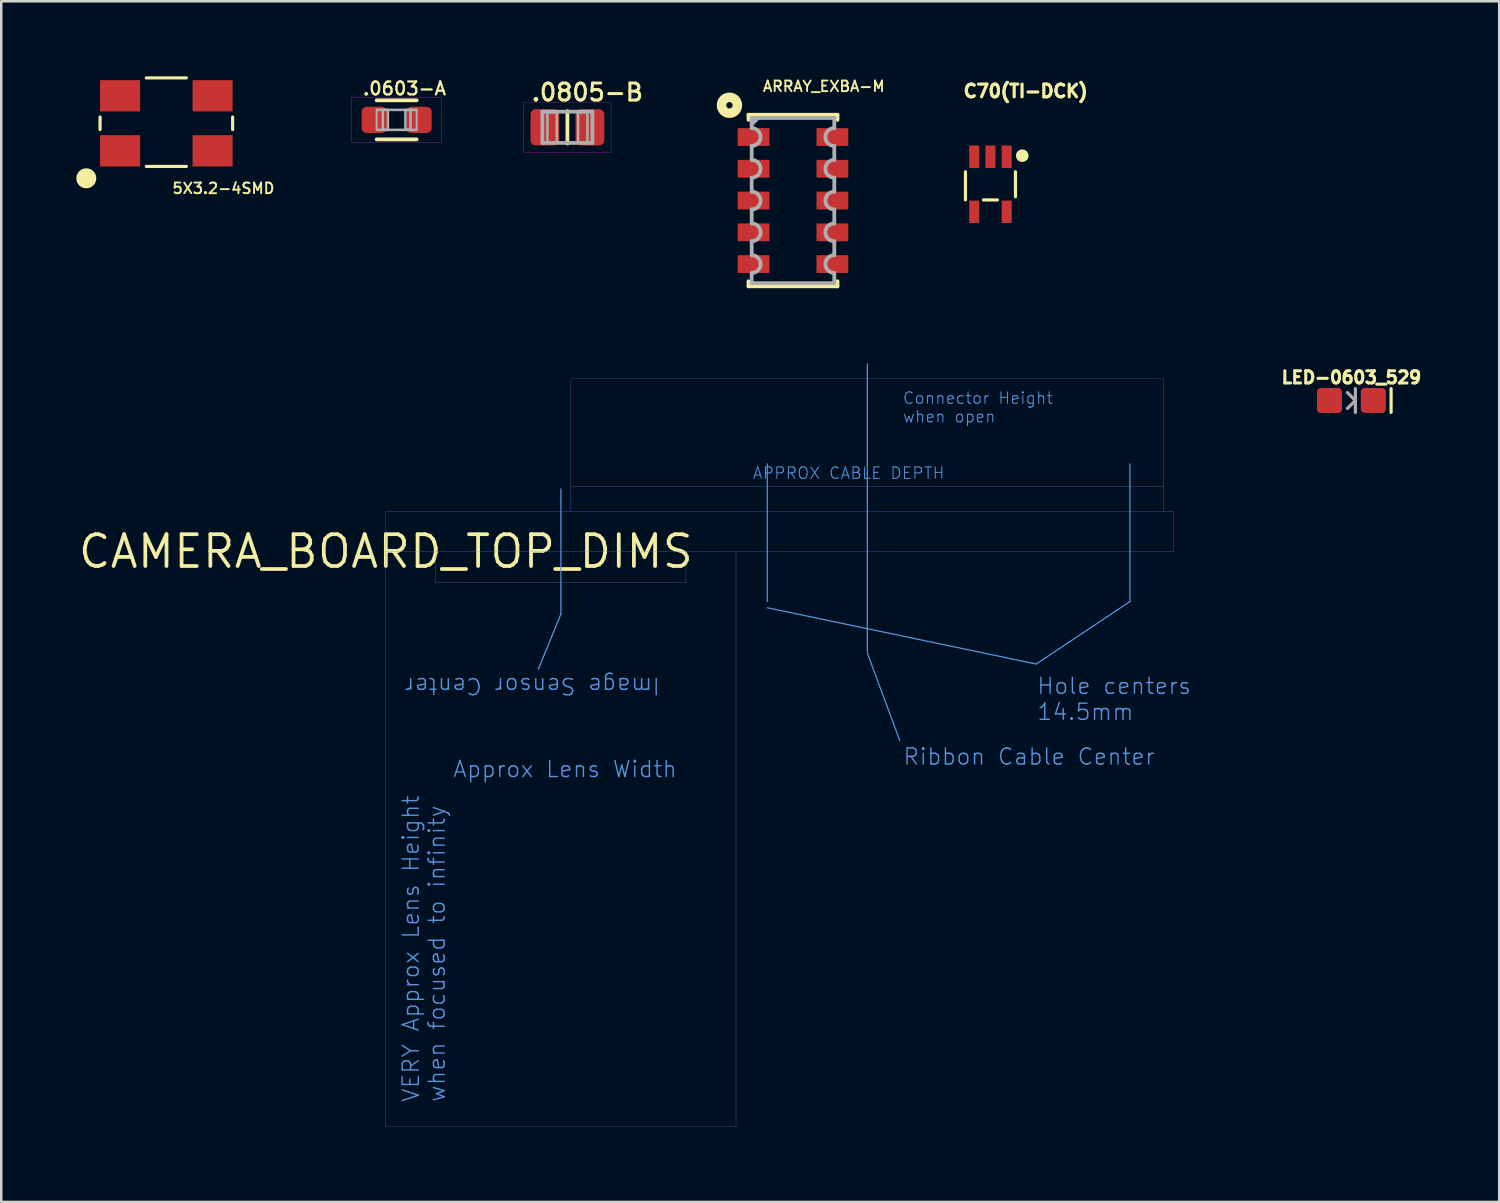
<source format=kicad_pcb>
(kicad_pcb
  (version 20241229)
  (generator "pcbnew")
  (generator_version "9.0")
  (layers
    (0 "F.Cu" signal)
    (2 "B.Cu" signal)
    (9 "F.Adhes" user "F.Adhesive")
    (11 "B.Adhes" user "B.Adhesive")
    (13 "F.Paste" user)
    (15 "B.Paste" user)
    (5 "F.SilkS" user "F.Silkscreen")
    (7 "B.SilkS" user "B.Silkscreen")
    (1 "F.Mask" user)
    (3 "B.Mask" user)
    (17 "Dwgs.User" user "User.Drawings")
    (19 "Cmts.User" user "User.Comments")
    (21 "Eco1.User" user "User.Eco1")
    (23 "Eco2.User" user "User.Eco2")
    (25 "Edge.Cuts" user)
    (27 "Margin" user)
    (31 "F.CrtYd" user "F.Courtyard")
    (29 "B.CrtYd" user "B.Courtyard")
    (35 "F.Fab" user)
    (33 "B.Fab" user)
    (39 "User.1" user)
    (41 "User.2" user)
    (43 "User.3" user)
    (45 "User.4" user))
  (footprint "ARRAY_EXBA-M"
    (layer "F.Cu")
    (at 28.653 4.968)
    (property "Reference" "ARRAY_EXBA-M" (at -1.245 -4.318 0) (unlocked yes) (layer "F.SilkS") (effects (font (size 0.425 0.425) (thickness 0.075)) (justify left bottom)))
    (fp_line (start -1.778 -3.429) (end 1.778 -3.429) (stroke (width 0.152) (type solid)) (layer "F.SilkS"))
    (fp_line (start -1.778 -3.226) (end -1.778 -3.429) (stroke (width 0.152) (type solid)) (layer "F.SilkS"))
    (fp_line (start -1.778 3.226) (end -1.778 3.429) (stroke (width 0.152) (type solid)) (layer "F.SilkS"))
    (fp_line (start -1.778 3.429) (end 1.778 3.429) (stroke (width 0.152) (type solid)) (layer "F.SilkS"))
    (fp_line (start 1.778 -3.226) (end 1.778 -3.429) (stroke (width 0.152) (type solid)) (layer "F.SilkS"))
    (fp_line (start 1.778 3.226) (end 1.778 3.429) (stroke (width 0.152) (type solid)) (layer "F.SilkS"))
    (fp_circle (center -2.54 -3.81) (end -2.413 -3.81) (stroke (width 0.381) (type solid)) (fill no) (layer "F.SilkS"))
    (fp_line (start -1.651 -3.302) (end 1.651 -3.302) (stroke (width 0.152) (type solid)) (layer "F.Fab"))
    (fp_line (start -1.651 -2.896) (end -1.651 -3.302) (stroke (width 0.152) (type solid)) (layer "F.Fab"))
    (fp_line (start -1.651 -2.184) (end -1.651 -1.626) (stroke (width 0.152) (type solid)) (layer "F.Fab"))
    (fp_line (start -1.651 -0.914) (end -1.651 -0.356) (stroke (width 0.152) (type solid)) (layer "F.Fab"))
    (fp_line (start -1.651 0.356) (end -1.651 0.914) (stroke (width 0.152) (type solid)) (layer "F.Fab"))
    (fp_line (start -1.651 1.626) (end -1.651 2.184) (stroke (width 0.152) (type solid)) (layer "F.Fab"))
    (fp_line (start -1.651 2.896) (end -1.651 3.302) (stroke (width 0.152) (type solid)) (layer "F.Fab"))
    (fp_line (start -1.651 3.302) (end 1.651 3.302) (stroke (width 0.152) (type solid)) (layer "F.Fab"))
    (fp_line (start -1.397 -3.302) (end -1.651 -3.048) (stroke (width 0.152) (type solid)) (layer "F.Fab"))
    (fp_line (start 1.651 -2.896) (end 1.651 -3.302) (stroke (width 0.152) (type solid)) (layer "F.Fab"))
    (fp_line (start 1.651 -2.184) (end 1.651 -1.626) (stroke (width 0.152) (type solid)) (layer "F.Fab"))
    (fp_line (start 1.651 -0.914) (end 1.651 -0.356) (stroke (width 0.152) (type solid)) (layer "F.Fab"))
    (fp_line (start 1.651 0.356) (end 1.651 0.914) (stroke (width 0.152) (type solid)) (layer "F.Fab"))
    (fp_line (start 1.651 1.626) (end 1.651 2.184) (stroke (width 0.152) (type solid)) (layer "F.Fab"))
    (fp_line (start 1.651 2.896) (end 1.651 3.302) (stroke (width 0.152) (type solid)) (layer "F.Fab"))
    (fp_arc (start -1.651 -2.8956) (mid -1.2954 -2.54) (end -1.651 -2.1844) (stroke (width 0.1524) (type solid)) (layer "F.Fab"))
    (fp_arc (start -1.651 -1.6256) (mid -1.2954 -1.27) (end -1.651 -0.9144) (stroke (width 0.1524) (type solid)) (layer "F.Fab"))
    (fp_arc (start -1.651 -0.3556) (mid -1.2954 0) (end -1.651 0.3556) (stroke (width 0.1524) (type solid)) (layer "F.Fab"))
    (fp_arc (start -1.651 0.9144) (mid -1.2954 1.27) (end -1.651 1.6256) (stroke (width 0.1524) (type solid)) (layer "F.Fab"))
    (fp_arc (start -1.651 2.1844) (mid -1.2954 2.54) (end -1.651 2.8956) (stroke (width 0.1524) (type solid)) (layer "F.Fab"))
    (fp_arc (start 1.651 -2.1844) (mid 1.2954 -2.54) (end 1.651 -2.8956) (stroke (width 0.1524) (type solid)) (layer "F.Fab"))
    (fp_arc (start 1.651 -0.9144) (mid 1.2954 -1.27) (end 1.651 -1.6256) (stroke (width 0.1524) (type solid)) (layer "F.Fab"))
    (fp_arc (start 1.651 0.3556) (mid 1.2954 0) (end 1.651 -0.3556) (stroke (width 0.1524) (type solid)) (layer "F.Fab"))
    (fp_arc (start 1.651 1.6256) (mid 1.2954 1.27) (end 1.651 0.9144) (stroke (width 0.1524) (type solid)) (layer "F.Fab"))
    (fp_arc (start 1.651 2.8956) (mid 1.2954 2.54) (end 1.651 2.1844) (stroke (width 0.1524) (type solid)) (layer "F.Fab"))
    (pad "1" smd rect (at -1.575 -2.54) (size 1.27 0.711) (layers "F.Cu" "F.Mask" "F.Paste"))
    (pad "2" smd rect (at -1.575 -1.27) (size 1.27 0.711) (layers "F.Cu" "F.Mask" "F.Paste"))
    (pad "3" smd rect (at -1.575 0) (size 1.27 0.711) (layers "F.Cu" "F.Mask" "F.Paste"))
    (pad "4" smd rect (at -1.575 1.27) (size 1.27 0.711) (layers "F.Cu" "F.Mask" "F.Paste"))
    (pad "5" smd rect (at -1.575 2.54) (size 1.27 0.711) (layers "F.Cu" "F.Mask" "F.Paste"))
    (pad "6" smd rect (at 1.575 2.54 180) (size 1.27 0.711) (layers "F.Cu" "F.Mask" "F.Paste"))
    (pad "7" smd rect (at 1.575 1.27 180) (size 1.27 0.711) (layers "F.Cu" "F.Mask" "F.Paste"))
    (pad "8" smd rect (at 1.575 0 180) (size 1.27 0.711) (layers "F.Cu" "F.Mask" "F.Paste"))
    (pad "9" smd rect (at 1.575 -1.27 180) (size 1.27 0.711) (layers "F.Cu" "F.Mask" "F.Paste"))
    (pad "10" smd rect (at 1.575 -2.54 180) (size 1.27 0.711) (layers "F.Cu" "F.Mask" "F.Paste")))
  (footprint "5X3.2-4SMD"
    (layer "F.Cu")
    (at 3.6 1.879)
    (property "Reference" "5X3.2-4SMD" (at 0.2 2.85 0) (unlocked yes) (layer "F.SilkS") (effects (font (size 0.425 0.425) (thickness 0.075)) (justify left bottom)))
    (fp_line (start -2.65 0.25) (end -2.65 -0.25) (stroke (width 0.127) (type solid)) (layer "F.SilkS"))
    (fp_line (start -0.8 -1.815) (end 0.8 -1.815) (stroke (width 0.127) (type solid)) (layer "F.SilkS"))
    (fp_line (start -0.8 1.725) (end 0.8 1.725) (stroke (width 0.127) (type solid)) (layer "F.SilkS"))
    (fp_line (start 2.65 0.25) (end 2.65 -0.25) (stroke (width 0.127) (type solid)) (layer "F.SilkS"))
    (fp_circle (center -3.2 2.2) (end -3 2.2) (stroke (width 0.4) (type solid)) (fill no) (layer "F.SilkS"))
    (fp_poly (pts (xy -1.7 -0.45) (xy -1.05 -0.45) (xy -1.05 -1.35) (xy -1.7 -1.35)) (stroke (width 0) (type default)) (fill yes) (layer "F.Paste"))
    (fp_poly (pts (xy -1.7 1.35) (xy -1.05 1.35) (xy -1.05 0.45) (xy -1.7 0.45)) (stroke (width 0) (type default)) (fill yes) (layer "F.Paste"))
    (fp_poly (pts (xy 1.05 -0.45) (xy 1.7 -0.45) (xy 1.7 -1.35) (xy 1.05 -1.35)) (stroke (width 0) (type default)) (fill yes) (layer "F.Paste"))
    (fp_poly (pts (xy 1.05 1.35) (xy 1.7 1.35) (xy 1.7 0.45) (xy 1.05 0.45)) (stroke (width 0) (type default)) (fill yes) (layer "F.Paste"))
    (pad "1" smd rect (at -1.85 1.1) (size 1.6 1.25) (layers "F.Cu" "F.Mask"))
    (pad "2" smd rect (at 1.85 1.1) (size 1.6 1.25) (layers "F.Cu" "F.Mask"))
    (pad "3" smd rect (at 1.85 -1.1) (size 1.6 1.25) (layers "F.Cu" "F.Mask"))
    (pad "4" smd rect (at -1.85 -1.1) (size 1.6 1.25) (layers "F.Cu" "F.Mask")))
  (footprint "C70(TI-DCK)"
    (layer "F.Cu")
    (at 36.548 4.318)
    (property "Reference" "C70(TI-DCK)" (at -1.143 -3.429 0) (unlocked yes) (layer "F.SilkS") (effects (font (size 0.508 0.508) (thickness 0.127)) (justify left bottom)))
    (fp_line (start -1 -0.5) (end -1 0.625) (stroke (width 0.127) (type solid)) (layer "F.SilkS"))
    (fp_line (start -0.28 0.625) (end 0.28 0.625) (stroke (width 0.127) (type solid)) (layer "F.SilkS"))
    (fp_line (start 1 -0.5) (end 1 0.5) (stroke (width 0.127) (type solid)) (layer "F.SilkS"))
    (fp_circle (center 1.27 -1.143) (end 1.397 -1.143) (stroke (width 0.254) (type solid)) (fill no) (layer "F.SilkS"))
    (pad "1" smd rect (at 0.65 -1.1) (size 0.4 0.9) (layers "F.Cu" "F.Mask" "F.Paste"))
    (pad "2" smd rect (at 0 -1.1) (size 0.4 0.9) (layers "F.Cu" "F.Mask" "F.Paste"))
    (pad "3" smd rect (at -0.65 -1.1) (size 0.4 0.9) (layers "F.Cu" "F.Mask" "F.Paste"))
    (pad "4" smd rect (at -0.65 1.1) (size 0.4 0.9) (layers "F.Cu" "F.Mask" "F.Paste"))
    (pad "5" smd rect (at 0.65 1.1) (size 0.4 0.9) (layers "F.Cu" "F.Mask" "F.Paste")))
  (footprint ".0603-A"
    (layer "F.Cu")
    (at 12.808 1.742)
    (property "Reference" ".0603-A" (at -1.4 -0.95 0) (unlocked yes) (layer "F.SilkS") (effects (font (size 0.518 0.518) (thickness 0.091)) (justify left bottom)))
    (fp_line (start -0.8 0.41) (end -0.8 -0.41) (stroke (width 0.08) (type solid)) (layer "F.Mask"))
    (fp_line (start -0.79 -0.4) (end 0.79 -0.4) (stroke (width 0.1) (type solid)) (layer "F.Mask"))
    (fp_line (start 0.79 0.4) (end -0.79 0.4) (stroke (width 0.1) (type solid)) (layer "F.Mask"))
    (fp_line (start 0.8 -0.41) (end 0.8 0.41) (stroke (width 0.08) (type solid)) (layer "F.Mask"))
    (fp_poly (pts (xy -0.34 0.59) (xy -1.46 0.59) (xy -1.46 -0.59) (xy -0.34 -0.59)) (stroke (width 0) (type default)) (fill yes) (layer "F.Mask"))
    (fp_poly (pts (xy 1.46 0.59) (xy 0.34 0.59) (xy 0.34 -0.59) (xy 1.46 -0.59)) (stroke (width 0) (type default)) (fill yes) (layer "F.Mask"))
    (fp_line (start -0.8 0.78) (end 0.8 0.78) (stroke (width 0.15) (type solid)) (layer "F.SilkS"))
    (fp_line (start 0.8 -0.78) (end -0.8 -0.78) (stroke (width 0.15) (type solid)) (layer "F.SilkS"))
    (fp_line (start -1.795 -0.895) (end -1.795 0.895) (stroke (width 0.01) (type solid)) (layer "F.CrtYd"))
    (fp_line (start -1.795 0.895) (end 1.795 0.895) (stroke (width 0.01) (type solid)) (layer "F.CrtYd"))
    (fp_line (start 1.795 -0.895) (end -1.795 -0.895) (stroke (width 0.01) (type solid)) (layer "F.CrtYd"))
    (fp_line (start 1.795 0.895) (end 1.795 -0.895) (stroke (width 0.01) (type solid)) (layer "F.CrtYd"))
    (fp_line (start -0.8 0.41) (end -0.8 -0.41) (stroke (width 0.08) (type solid)) (layer "F.Fab"))
    (fp_line (start -0.79 -0.4) (end 0.79 -0.4) (stroke (width 0.1) (type solid)) (layer "F.Fab"))
    (fp_line (start 0.79 0.4) (end -0.79 0.4) (stroke (width 0.1) (type solid)) (layer "F.Fab"))
    (fp_line (start 0.8 -0.41) (end 0.8 0.41) (stroke (width 0.08) (type solid)) (layer "F.Fab"))
    (fp_poly (pts (xy -0.555 0.4) (xy -0.35 0.4) (xy -0.35 -0.4) (xy -0.555 -0.4)) (stroke (width 0.1) (type default)) (fill no) (layer "F.Fab"))
    (fp_poly (pts (xy 0.35 0.4) (xy 0.555 0.4) (xy 0.555 -0.4) (xy 0.35 -0.4)) (stroke (width 0.1) (type default)) (fill no) (layer "F.Fab"))
    (fp_text user "${REFERENCE}" (at 0 0 0) (unlocked yes) (layer "F.Mask") (effects (font (size 0.255 0.255) (thickness 0.045))))
    (pad "1" smd roundrect (at -0.9 0) (size 1 1.05) (layers "F.Cu" "F.Paste") (roundrect_rratio 0.2))
    (pad "2" smd roundrect (at 0.9 0) (size 1 1.05) (layers "F.Cu" "F.Paste") (roundrect_rratio 0.2)))
  (footprint "CAMERA_BOARD_TOP_DIMS"
    (layer "F.Cu")
    (at 12.375 18.998)
    (property "Reference" "CAMERA_BOARD_TOP_DIMS" (at 0 0 0) (layer "F.SilkS") (effects (font (size 1.27 1.27) (thickness 0.15))))
    (fp_line (start 0 -1.6) (end 0 0) (stroke (width 0.01) (type solid)) (layer "Cmts.User"))
    (fp_line (start 0 0) (end 0 23) (stroke (width 0.01) (type solid)) (layer "Cmts.User"))
    (fp_line (start 0 0) (end 2 0) (stroke (width 0.01) (type solid)) (layer "Cmts.User"))
    (fp_line (start 0 23) (end 14 23) (stroke (width 0.01) (type solid)) (layer "Cmts.User"))
    (fp_line (start 2 0) (end 2 1.25) (stroke (width 0.01) (type solid)) (layer "Cmts.User"))
    (fp_line (start 2 1.25) (end 12 1.25) (stroke (width 0.01) (type solid)) (layer "Cmts.User"))
    (fp_line (start 6.1 4.7) (end 7 2.5) (stroke (width 0.05) (type solid)) (layer "Cmts.User"))
    (fp_line (start 7 2.5) (end 7 -2.5) (stroke (width 0.05) (type solid)) (layer "Cmts.User"))
    (fp_line (start 7.4 -6.9) (end 31.1 -6.9) (stroke (width 0.01) (type solid)) (layer "Cmts.User"))
    (fp_line (start 7.4 -1.6) (end 0 -1.6) (stroke (width 0.01) (type solid)) (layer "Cmts.User"))
    (fp_line (start 7.4 -1.6) (end 7.4 -6.9) (stroke (width 0.01) (type solid)) (layer "Cmts.User"))
    (fp_line (start 12 0) (end 2 0) (stroke (width 0.01) (type solid)) (layer "Cmts.User"))
    (fp_line (start 12 0) (end 31.5 0) (stroke (width 0.01) (type solid)) (layer "Cmts.User"))
    (fp_line (start 12 1.25) (end 12 0) (stroke (width 0.01) (type solid)) (layer "Cmts.User"))
    (fp_line (start 14 23) (end 14 0) (stroke (width 0.01) (type solid)) (layer "Cmts.User"))
    (fp_line (start 15.25 2) (end 15.25 -3.5) (stroke (width 0.05) (type solid)) (layer "Cmts.User"))
    (fp_line (start 15.25 2.25) (end 26 4.5) (stroke (width 0.05) (type solid)) (layer "Cmts.User"))
    (fp_line (start 19.25 4) (end 19.25 -7.5) (stroke (width 0.05) (type solid)) (layer "Cmts.User"))
    (fp_line (start 20.55 7.562) (end 19.25 4.062) (stroke (width 0.05) (type solid)) (layer "Cmts.User"))
    (fp_line (start 26 4.5) (end 29.75 2) (stroke (width 0.05) (type solid)) (layer "Cmts.User"))
    (fp_line (start 29.75 2) (end 29.75 -3.5) (stroke (width 0.05) (type solid)) (layer "Cmts.User"))
    (fp_line (start 31.1 -6.9) (end 31.1 -1.6) (stroke (width 0.01) (type solid)) (layer "Cmts.User"))
    (fp_line (start 31.1 -2.6) (end 7.4 -2.6) (stroke (width 0.01) (type solid)) (layer "Cmts.User"))
    (fp_line (start 31.1 -1.6) (end 7.4 -1.6) (stroke (width 0.01) (type solid)) (layer "Cmts.User"))
    (fp_line (start 31.5 -1.6) (end 31.1 -1.6) (stroke (width 0.01) (type solid)) (layer "Cmts.User"))
    (fp_line (start 31.5 0) (end 31.5 -1.6) (stroke (width 0.01) (type solid)) (layer "Cmts.User"))
    (fp_text user "Ribbon Cable Center" (at 20.65 7.825 0) (unlocked yes) (layer "Cmts.User") (effects (font (size 0.644 0.644) (thickness 0.056)) (justify left top)))
    (fp_text user "APPROX CABLE DEPTH" (at 14.645 -3.402 0) (unlocked yes) (layer "Cmts.User") (effects (font (size 0.46 0.46) (thickness 0.04)) (justify left top)))
    (fp_text user "Approx Lens Width" (at 2.65 8.325 0) (unlocked yes) (layer "Cmts.User") (effects (font (size 0.644 0.644) (thickness 0.056)) (justify left top)))
    (fp_text user "Hole centers \n14.5mm " (at 26 5 0) (unlocked yes) (layer "Cmts.User") (effects (font (size 0.644 0.644) (thickness 0.056)) (justify left top)))
    (fp_text user "Connector Height \nwhen open" (at 20.645 -6.402 0) (unlocked yes) (layer "Cmts.User") (effects (font (size 0.46 0.46) (thickness 0.04)) (justify left top)))
    (fp_text user "Image Sensor Center" (at 11 5 180) (unlocked yes) (layer "Cmts.User") (effects (font (size 0.644 0.644) (thickness 0.056)) (justify left bottom)))
    (fp_text user "VERY Approx Lens Height\nwhen focused to infinity" (at 0.625 22.05 90) (unlocked yes) (layer "Cmts.User") (effects (font (size 0.644 0.644) (thickness 0.056)) (justify left top))))
  (footprint ".0805-B"
    (layer "F.Cu")
    (at 19.635 2.04)
    (property "Reference" ".0805-B" (at -1.5 -1 0) (unlocked yes) (layer "F.SilkS") (effects (font (size 0.68 0.68) (thickness 0.12)) (justify left bottom)))
    (fp_line (start -1 -0.625) (end 1 -0.625) (stroke (width 0.15) (type solid)) (layer "F.Mask"))
    (fp_line (start -1 0.625) (end -1 -0.625) (stroke (width 0.15) (type solid)) (layer "F.Mask"))
    (fp_line (start 1 -0.625) (end 1 0.625) (stroke (width 0.15) (type solid)) (layer "F.Mask"))
    (fp_line (start 1 0.625) (end -1 0.625) (stroke (width 0.15) (type solid)) (layer "F.Mask"))
    (fp_poly (pts (xy -0.26 0.79) (xy -1.54 0.79) (xy -1.54 -0.79) (xy -0.26 -0.79)) (stroke (width 0) (type default)) (fill yes) (layer "F.Mask"))
    (fp_poly (pts (xy 1.54 0.79) (xy 0.26 0.79) (xy 0.26 -0.79) (xy 1.54 -0.79)) (stroke (width 0) (type default)) (fill yes) (layer "F.Mask"))
    (fp_line (start 0 -0.65) (end 0 0.65) (stroke (width 0.15) (type solid)) (layer "F.SilkS"))
    (fp_line (start -1.745 -0.995) (end -1.745 0.995) (stroke (width 0.01) (type solid)) (layer "F.CrtYd"))
    (fp_line (start -1.745 0.995) (end 1.745 0.995) (stroke (width 0.01) (type solid)) (layer "F.CrtYd"))
    (fp_line (start 1.745 -0.995) (end -1.745 -0.995) (stroke (width 0.01) (type solid)) (layer "F.CrtYd"))
    (fp_line (start 1.745 0.995) (end 1.745 -0.995) (stroke (width 0.01) (type solid)) (layer "F.CrtYd"))
    (fp_line (start -1 -0.625) (end 1 -0.625) (stroke (width 0.15) (type solid)) (layer "F.Fab"))
    (fp_line (start -1 0.625) (end -1 -0.625) (stroke (width 0.15) (type solid)) (layer "F.Fab"))
    (fp_line (start 1 -0.625) (end 1 0.625) (stroke (width 0.15) (type solid)) (layer "F.Fab"))
    (fp_line (start 1 0.625) (end -1 0.625) (stroke (width 0.15) (type solid)) (layer "F.Fab"))
    (fp_poly (pts (xy -0.8 0.6) (xy -0.425 0.6) (xy -0.425 -0.6) (xy -0.8 -0.6)) (stroke (width 0.1) (type default)) (fill no) (layer "F.Fab"))
    (fp_poly (pts (xy 0.425 0.6) (xy 0.8 0.6) (xy 0.8 -0.6) (xy 0.425 -0.6)) (stroke (width 0.1) (type default)) (fill no) (layer "F.Fab"))
    (fp_text user "${REFERENCE}" (at 0 0 0) (unlocked yes) (layer "F.Mask") (effects (font (size 0.34 0.34) (thickness 0.06))))
    (pad "1" smd roundrect (at -0.9 0) (size 1.15 1.45) (layers "F.Cu" "F.Paste") (roundrect_rratio 0.175))
    (pad "2" smd roundrect (at 0.9 0) (size 1.15 1.45) (layers "F.Cu" "F.Paste") (roundrect_rratio 0.175)))
  (footprint "LED-0603_529"
    (layer "F.Cu")
    (at 50.978 12.962)
    (property "Reference" "LED-0603_529" (at 0 -0.635 0) (unlocked yes) (layer "F.SilkS") (effects (font (size 0.488 0.488) (thickness 0.122)) (justify bottom)))
    (fp_line (start 1.587 -0.476) (end 1.587 0.476) (stroke (width 0.127) (type solid)) (layer "F.SilkS"))
    (fp_line (start 0.159 -0.476) (end 0.159 0) (stroke (width 0.127) (type solid)) (layer "F.Fab"))
    (fp_line (start 0.159 0) (end -0.159 -0.318) (stroke (width 0.127) (type solid)) (layer "F.Fab"))
    (fp_line (start 0.159 0) (end -0.159 0.318) (stroke (width 0.127) (type solid)) (layer "F.Fab"))
    (fp_line (start 0.159 0) (end 0.159 0.476) (stroke (width 0.127) (type solid)) (layer "F.Fab"))
    (pad "A" smd roundrect (at -0.877 0 270) (size 1 1) (layers "F.Cu" "F.Mask" "F.Paste") (roundrect_rratio 0.15))
    (pad "C" smd roundrect (at 0.877 0 270) (size 1 1) (layers "F.Cu" "F.Mask" "F.Paste") (roundrect_rratio 0.15)))
  (gr_rect
    (start -3 -3)
    (end 56.887 45.003)
    (stroke (width 0.1) (type default))
    (fill no)
    (layer "Edge.Cuts")))
</source>
